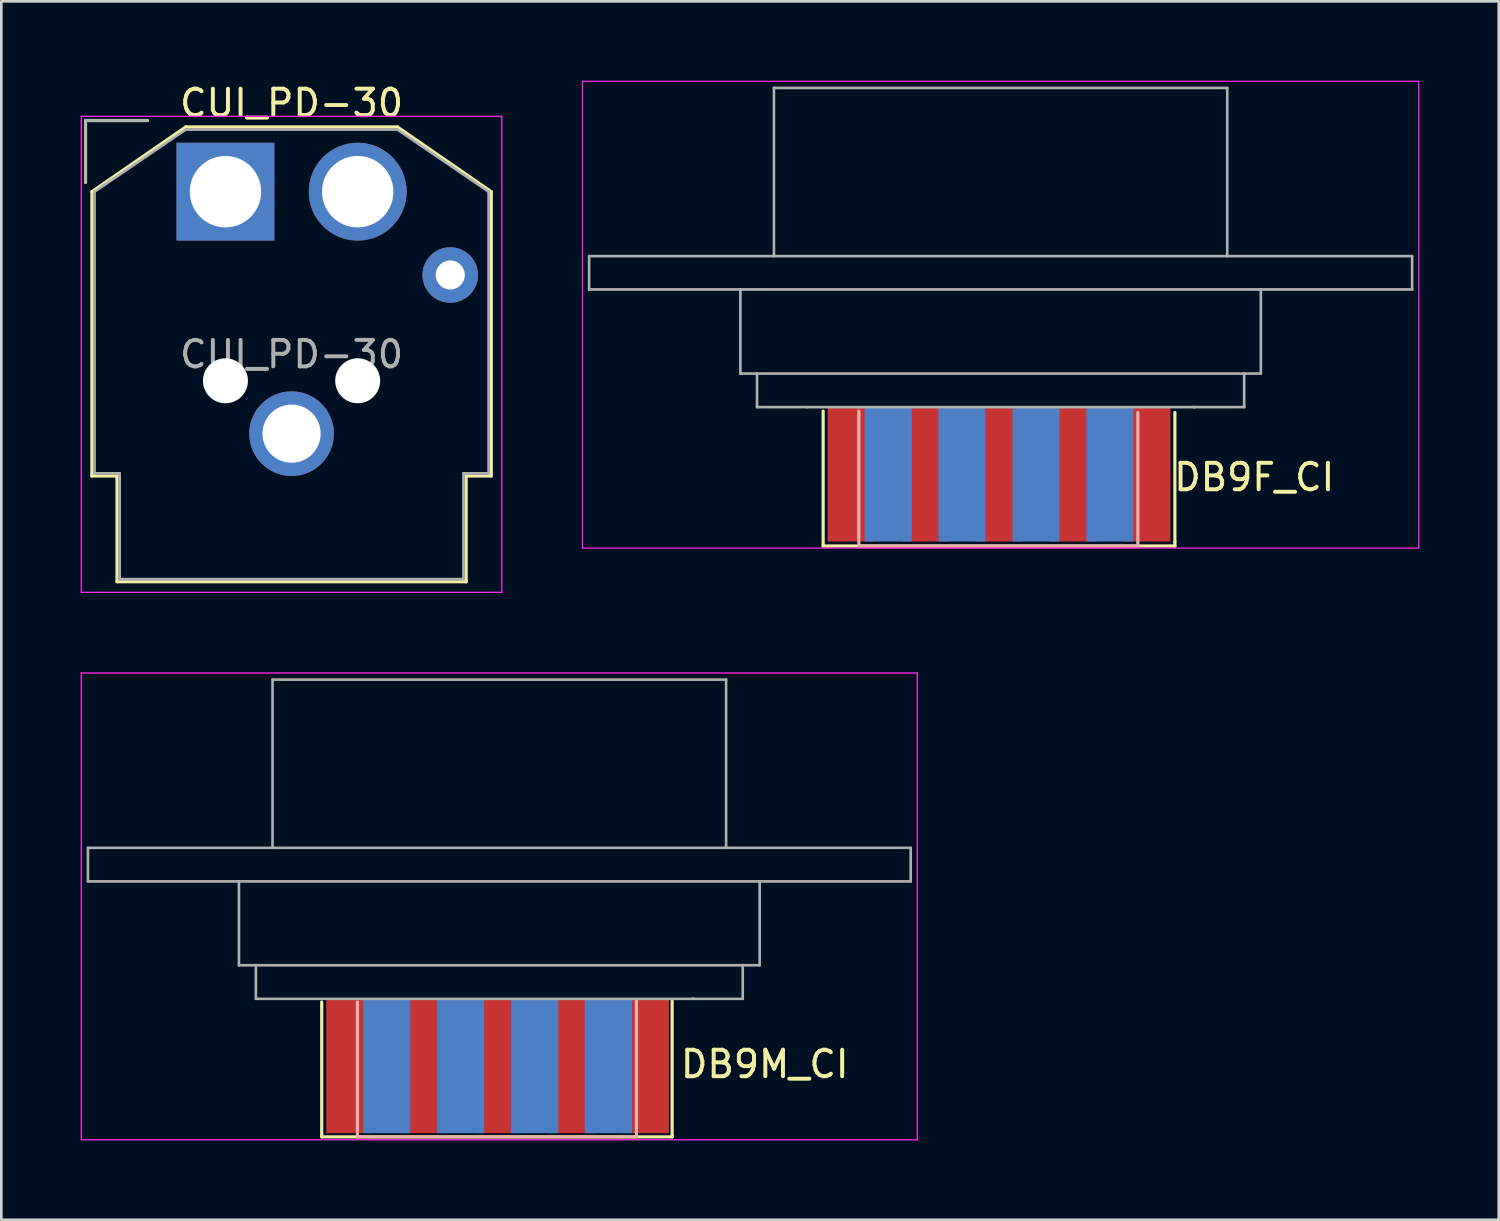
<source format=kicad_pcb>
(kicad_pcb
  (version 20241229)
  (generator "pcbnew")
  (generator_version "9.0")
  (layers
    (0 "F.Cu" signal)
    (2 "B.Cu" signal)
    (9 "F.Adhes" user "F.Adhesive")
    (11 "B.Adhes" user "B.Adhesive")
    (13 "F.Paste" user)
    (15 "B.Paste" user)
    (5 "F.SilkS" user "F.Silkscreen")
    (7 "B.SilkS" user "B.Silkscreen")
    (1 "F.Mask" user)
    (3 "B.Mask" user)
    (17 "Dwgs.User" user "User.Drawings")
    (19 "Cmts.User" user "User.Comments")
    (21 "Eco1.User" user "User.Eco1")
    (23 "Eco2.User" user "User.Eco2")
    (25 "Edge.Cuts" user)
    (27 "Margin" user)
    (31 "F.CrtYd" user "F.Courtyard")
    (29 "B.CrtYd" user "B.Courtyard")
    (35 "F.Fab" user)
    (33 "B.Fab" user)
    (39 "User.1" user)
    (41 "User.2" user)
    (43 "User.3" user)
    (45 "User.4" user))
  (footprint "CUI_PD-30"
    (layer "F.Cu")
    (at 5.475 4.198)
    (property "Reference" "CUI_PD-30" (at 2.5 -3.35 0) (layer "F.SilkS") (effects (font (size 1 1) (thickness 0.15))))
    (attr through_hole)
    (fp_line (start -5.29 -2.69) (end -2.95 -2.69) (stroke (width 0.12) (type solid)) (layer "F.SilkS"))
    (fp_line (start -5.29 -0.35) (end -5.29 -2.69) (stroke (width 0.12) (type solid)) (layer "F.SilkS"))
    (fp_line (start -5.05 0) (end -1.5 -2.45) (stroke (width 0.12) (type solid)) (layer "F.SilkS"))
    (fp_line (start -5.05 10.75) (end -5.05 0) (stroke (width 0.12) (type solid)) (layer "F.SilkS"))
    (fp_line (start -4.1 10.75) (end -5.05 10.75) (stroke (width 0.12) (type solid)) (layer "F.SilkS"))
    (fp_line (start -4.1 14.75) (end -4.1 10.75) (stroke (width 0.12) (type solid)) (layer "F.SilkS"))
    (fp_line (start -1.5 -2.45) (end 6.5 -2.45) (stroke (width 0.12) (type solid)) (layer "F.SilkS"))
    (fp_line (start 6.5 -2.45) (end 10.05 0) (stroke (width 0.12) (type solid)) (layer "F.SilkS"))
    (fp_line (start 9.1 10.75) (end 9.1 14.75) (stroke (width 0.12) (type solid)) (layer "F.SilkS"))
    (fp_line (start 9.1 14.75) (end -4.1 14.75) (stroke (width 0.12) (type solid)) (layer "F.SilkS"))
    (fp_line (start 10.05 0) (end 10.05 10.75) (stroke (width 0.12) (type solid)) (layer "F.SilkS"))
    (fp_line (start 10.05 10.75) (end 9.1 10.75) (stroke (width 0.12) (type solid)) (layer "F.SilkS"))
    (fp_line (start -5.45 -2.85) (end 10.45 -2.85) (stroke (width 0.05) (type solid)) (layer "F.CrtYd"))
    (fp_line (start -5.45 15.15) (end -5.45 -2.85) (stroke (width 0.05) (type solid)) (layer "F.CrtYd"))
    (fp_line (start 10.45 -2.85) (end 10.45 15.15) (stroke (width 0.05) (type solid)) (layer "F.CrtYd"))
    (fp_line (start 10.45 15.15) (end -5.45 15.15) (stroke (width 0.05) (type solid)) (layer "F.CrtYd"))
    (fp_line (start -5.29 -2.69) (end -2.95 -2.69) (stroke (width 0.1) (type solid)) (layer "F.Fab"))
    (fp_line (start -5.29 -0.35) (end -5.29 -2.69) (stroke (width 0.1) (type solid)) (layer "F.Fab"))
    (fp_line (start -4.95 0) (end -1.5 -2.35) (stroke (width 0.1) (type solid)) (layer "F.Fab"))
    (fp_line (start -4.95 10.65) (end -4.95 0) (stroke (width 0.1) (type solid)) (layer "F.Fab"))
    (fp_line (start -4 10.65) (end -4.95 10.65) (stroke (width 0.1) (type solid)) (layer "F.Fab"))
    (fp_line (start -4 14.65) (end -4 10.65) (stroke (width 0.1) (type solid)) (layer "F.Fab"))
    (fp_line (start -1.5 -2.35) (end 6.5 -2.35) (stroke (width 0.1) (type solid)) (layer "F.Fab"))
    (fp_line (start 6.5 -2.35) (end 9.95 0) (stroke (width 0.1) (type solid)) (layer "F.Fab"))
    (fp_line (start 9 10.65) (end 9 14.65) (stroke (width 0.1) (type solid)) (layer "F.Fab"))
    (fp_line (start 9 14.65) (end -4 14.65) (stroke (width 0.1) (type solid)) (layer "F.Fab"))
    (fp_line (start 9.95 0) (end 9.95 10.65) (stroke (width 0.1) (type solid)) (layer "F.Fab"))
    (fp_line (start 9.95 10.65) (end 9 10.65) (stroke (width 0.1) (type solid)) (layer "F.Fab"))
    (fp_text user "${REFERENCE}" (at 2.5 6.15 0) (layer "F.Fab") (effects (font (size 1 1) (thickness 0.15))))
    (pad "" np_thru_hole circle (at 0 7.15 180) (size 1.7 1.7) (drill 1.7) (layers "*.Cu" "*.Mask"))
    (pad "" np_thru_hole circle (at 5 7.15 180) (size 1.7 1.7) (drill 1.7) (layers "*.Cu" "*.Mask"))
    (pad "1" thru_hole rect (at 0 0 180) (size 3.7 3.7) (drill 2.7) (layers "*.Cu" "*.Mask"))
    (pad "2" thru_hole circle (at 5 0 180) (size 3.7 3.7) (drill 2.7) (layers "*.Cu" "*.Mask"))
    (pad "3" thru_hole circle (at 8.5 3.15 180) (size 2.1 2.1) (drill 1.1) (layers "*.Cu" "*.Mask"))
    (pad "4" thru_hole circle (at 2.5 9.15 180) (size 3.2 3.2) (drill 2.2) (layers "*.Cu" "*.Mask")))
  (footprint "DB9F_CI"
    (layer "F.Cu")
    (at 34.725 14.885)
    (property "Reference" "DB9F_CI" (at 9.65 0.11 0) (layer "F.SilkS") (effects (font (size 1 1) (thickness 0.15))))
    (attr smd)
    (fp_line (start -6.65 2.71) (end -6.65 -2.39) (stroke (width 0.12) (type solid)) (layer "F.SilkS"))
    (fp_line (start 6.65 -2.34) (end 6.65 2.56) (stroke (width 0.12) (type solid)) (layer "F.SilkS"))
    (fp_line (start 6.65 2.56) (end 6.65 2.71) (stroke (width 0.12) (type solid)) (layer "F.SilkS"))
    (fp_line (start 6.65 2.71) (end -6.65 2.71) (stroke (width 0.12) (type solid)) (layer "F.SilkS"))
    (fp_line (start -5.3 -2.39) (end -5.3 2.71) (stroke (width 0.12) (type solid)) (layer "B.SilkS"))
    (fp_line (start -5.3 2.71) (end 5.25 2.71) (stroke (width 0.12) (type solid)) (layer "B.SilkS"))
    (fp_line (start 5.25 2.71) (end 5.25 -2.34) (stroke (width 0.12) (type solid)) (layer "B.SilkS"))
    (fp_line (start -15.75 -14.86) (end -15.75 2.79) (stroke (width 0.05) (type solid)) (layer "F.CrtYd"))
    (fp_line (start -15.75 -14.86) (end 15.87 -14.86) (stroke (width 0.05) (type solid)) (layer "F.CrtYd"))
    (fp_line (start 15.87 2.79) (end -15.75 2.79) (stroke (width 0.05) (type solid)) (layer "F.CrtYd"))
    (fp_line (start 15.87 2.79) (end 15.87 -14.86) (stroke (width 0.05) (type solid)) (layer "F.CrtYd"))
    (fp_line (start -15.5 -8.25) (end 15.62 -8.25) (stroke (width 0.1) (type solid)) (layer "F.Fab"))
    (fp_line (start -15.5 -6.99) (end -15.5 -8.25) (stroke (width 0.1) (type solid)) (layer "F.Fab"))
    (fp_line (start -9.78 -6.99) (end -15.5 -6.99) (stroke (width 0.1) (type solid)) (layer "F.Fab"))
    (fp_line (start -9.78 -3.81) (end -9.78 -6.99) (stroke (width 0.1) (type solid)) (layer "F.Fab"))
    (fp_line (start -9.15 -3.81) (end -9.78 -3.81) (stroke (width 0.1) (type solid)) (layer "F.Fab"))
    (fp_line (start -9.15 -2.54) (end -9.15 -3.81) (stroke (width 0.1) (type solid)) (layer "F.Fab"))
    (fp_line (start -8.51 -14.61) (end 8.63 -14.61) (stroke (width 0.1) (type solid)) (layer "F.Fab"))
    (fp_line (start -8.51 -8.25) (end -8.51 -14.61) (stroke (width 0.1) (type solid)) (layer "F.Fab"))
    (fp_line (start -7.25 -2.54) (end 7.4 -2.54) (stroke (width 0.1) (type solid)) (layer "F.Fab"))
    (fp_line (start -7.24 -2.54) (end -9.15 -2.54) (stroke (width 0.1) (type solid)) (layer "F.Fab"))
    (fp_line (start 7.36 -2.54) (end 9.27 -2.54) (stroke (width 0.1) (type solid)) (layer "F.Fab"))
    (fp_line (start 8.63 -8.25) (end 8.63 -14.61) (stroke (width 0.1) (type solid)) (layer "F.Fab"))
    (fp_line (start 9.27 -3.81) (end -9.15 -3.81) (stroke (width 0.1) (type solid)) (layer "F.Fab"))
    (fp_line (start 9.27 -2.54) (end 9.27 -3.81) (stroke (width 0.1) (type solid)) (layer "F.Fab"))
    (fp_line (start 9.9 -6.99) (end -9.78 -6.99) (stroke (width 0.1) (type solid)) (layer "F.Fab"))
    (fp_line (start 9.9 -3.81) (end 9.27 -3.81) (stroke (width 0.1) (type solid)) (layer "F.Fab"))
    (fp_line (start 9.9 -3.81) (end 9.9 -6.99) (stroke (width 0.1) (type solid)) (layer "F.Fab"))
    (fp_line (start 15.62 -6.99) (end 9.9 -6.99) (stroke (width 0.1) (type solid)) (layer "F.Fab"))
    (fp_line (start 15.62 -6.99) (end 15.62 -8.25) (stroke (width 0.1) (type solid)) (layer "F.Fab"))
    (pad "1" connect rect (at -5.59 0) (size 1.78 5.08) (layers "F.Cu" "F.Mask"))
    (pad "2" connect rect (at -2.8 0) (size 1.78 5.08) (layers "F.Cu" "F.Mask"))
    (pad "3" connect rect (at 0 0) (size 1.78 5.08) (layers "F.Cu" "F.Mask"))
    (pad "4" connect rect (at 2.79 0) (size 1.78 5.08) (layers "F.Cu" "F.Mask"))
    (pad "5" connect rect (at 5.59 0) (size 1.78 5.08) (layers "F.Cu" "F.Mask"))
    (pad "6" connect rect (at -4.19 0) (size 1.78 5.08) (layers "B.Cu" "B.Mask"))
    (pad "7" connect rect (at -1.4 0) (size 1.78 5.08) (layers "B.Cu" "B.Mask"))
    (pad "8" connect rect (at 1.4 0) (size 1.78 5.08) (layers "B.Cu" "B.Mask"))
    (pad "9" connect rect (at 4.19 0) (size 1.78 5.08) (layers "B.Cu" "B.Mask")))
  (footprint "DB9M_CI"
    (layer "F.Cu")
    (at 15.765 37.258)
    (property "Reference" "DB9M_CI" (at 10.1 -0.07 0) (layer "F.SilkS") (effects (font (size 1 1) (thickness 0.15))))
    (attr smd)
    (fp_line (start -6.65 2.68) (end -6.65 -2.42) (stroke (width 0.12) (type solid)) (layer "F.SilkS"))
    (fp_line (start 6.6 -2.47) (end 6.6 2.63) (stroke (width 0.12) (type solid)) (layer "F.SilkS"))
    (fp_line (start 6.6 2.63) (end 6.6 2.68) (stroke (width 0.12) (type solid)) (layer "F.SilkS"))
    (fp_line (start 6.6 2.68) (end -6.65 2.68) (stroke (width 0.12) (type solid)) (layer "F.SilkS"))
    (fp_line (start -5.3 2.68) (end -5.3 -2.42) (stroke (width 0.12) (type solid)) (layer "B.SilkS"))
    (fp_line (start 5.25 -2.47) (end 5.25 2.68) (stroke (width 0.12) (type solid)) (layer "B.SilkS"))
    (fp_line (start 5.25 2.68) (end -5.3 2.68) (stroke (width 0.12) (type solid)) (layer "B.SilkS"))
    (fp_line (start -15.74 -14.86) (end -15.74 2.79) (stroke (width 0.05) (type solid)) (layer "F.CrtYd"))
    (fp_line (start -15.74 -14.86) (end 15.87 -14.86) (stroke (width 0.05) (type solid)) (layer "F.CrtYd"))
    (fp_line (start 15.87 2.79) (end -15.74 2.79) (stroke (width 0.05) (type solid)) (layer "F.CrtYd"))
    (fp_line (start 15.87 2.79) (end 15.87 -14.86) (stroke (width 0.05) (type solid)) (layer "F.CrtYd"))
    (fp_line (start -15.49 -8.25) (end 15.62 -8.25) (stroke (width 0.1) (type solid)) (layer "F.Fab"))
    (fp_line (start -15.49 -6.98) (end -15.49 -8.25) (stroke (width 0.1) (type solid)) (layer "F.Fab"))
    (fp_line (start -9.78 -6.98) (end -15.49 -6.98) (stroke (width 0.1) (type solid)) (layer "F.Fab"))
    (fp_line (start -9.78 -3.81) (end -9.78 -6.98) (stroke (width 0.1) (type solid)) (layer "F.Fab"))
    (fp_line (start -9.14 -3.81) (end -9.78 -3.81) (stroke (width 0.1) (type solid)) (layer "F.Fab"))
    (fp_line (start -9.14 -2.54) (end -9.14 -3.81) (stroke (width 0.1) (type solid)) (layer "F.Fab"))
    (fp_line (start -8.51 -14.61) (end 8.64 -14.61) (stroke (width 0.1) (type solid)) (layer "F.Fab"))
    (fp_line (start -8.51 -8.25) (end -8.51 -14.61) (stroke (width 0.1) (type solid)) (layer "F.Fab"))
    (fp_line (start 7.37 -2.54) (end 9.27 -2.54) (stroke (width 0.1) (type solid)) (layer "F.Fab"))
    (fp_line (start 7.4 -2.54) (end -9.14 -2.54) (stroke (width 0.1) (type solid)) (layer "F.Fab"))
    (fp_line (start 8.64 -8.25) (end 8.64 -14.61) (stroke (width 0.1) (type solid)) (layer "F.Fab"))
    (fp_line (start 9.27 -3.81) (end -9.14 -3.81) (stroke (width 0.1) (type solid)) (layer "F.Fab"))
    (fp_line (start 9.27 -2.54) (end 9.27 -3.81) (stroke (width 0.1) (type solid)) (layer "F.Fab"))
    (fp_line (start 9.91 -6.98) (end -9.78 -6.98) (stroke (width 0.1) (type solid)) (layer "F.Fab"))
    (fp_line (start 9.91 -3.81) (end 9.27 -3.81) (stroke (width 0.1) (type solid)) (layer "F.Fab"))
    (fp_line (start 9.91 -3.81) (end 9.91 -6.98) (stroke (width 0.1) (type solid)) (layer "F.Fab"))
    (fp_line (start 15.62 -6.98) (end 9.91 -6.98) (stroke (width 0.1) (type solid)) (layer "F.Fab"))
    (fp_line (start 15.62 -6.98) (end 15.62 -8.25) (stroke (width 0.1) (type solid)) (layer "F.Fab"))
    (pad "1" connect rect (at 5.59 0) (size 1.78 5.08) (layers "F.Cu" "F.Mask"))
    (pad "2" connect rect (at 2.8 0) (size 1.78 5.08) (layers "F.Cu" "F.Mask"))
    (pad "3" connect rect (at 0 0) (size 1.78 5.08) (layers "F.Cu" "F.Mask"))
    (pad "4" connect rect (at -2.79 0) (size 1.78 5.08) (layers "F.Cu" "F.Mask"))
    (pad "5" connect rect (at -5.59 0) (size 1.78 5.08) (layers "F.Cu" "F.Mask"))
    (pad "6" connect rect (at 4.19 0) (size 1.78 5.08) (layers "B.Cu" "B.Mask"))
    (pad "7" connect rect (at 1.4 0) (size 1.78 5.08) (layers "B.Cu" "B.Mask"))
    (pad "8" connect rect (at -1.4 0) (size 1.78 5.08) (layers "B.Cu" "B.Mask"))
    (pad "9" connect rect (at -4.19 0) (size 1.78 5.08) (layers "B.Cu" "B.Mask")))
  (gr_rect
    (start -3 -3)
    (end 53.62 43.073)
    (stroke (width 0.1) (type default))
    (fill no)
    (layer "Edge.Cuts")))
</source>
